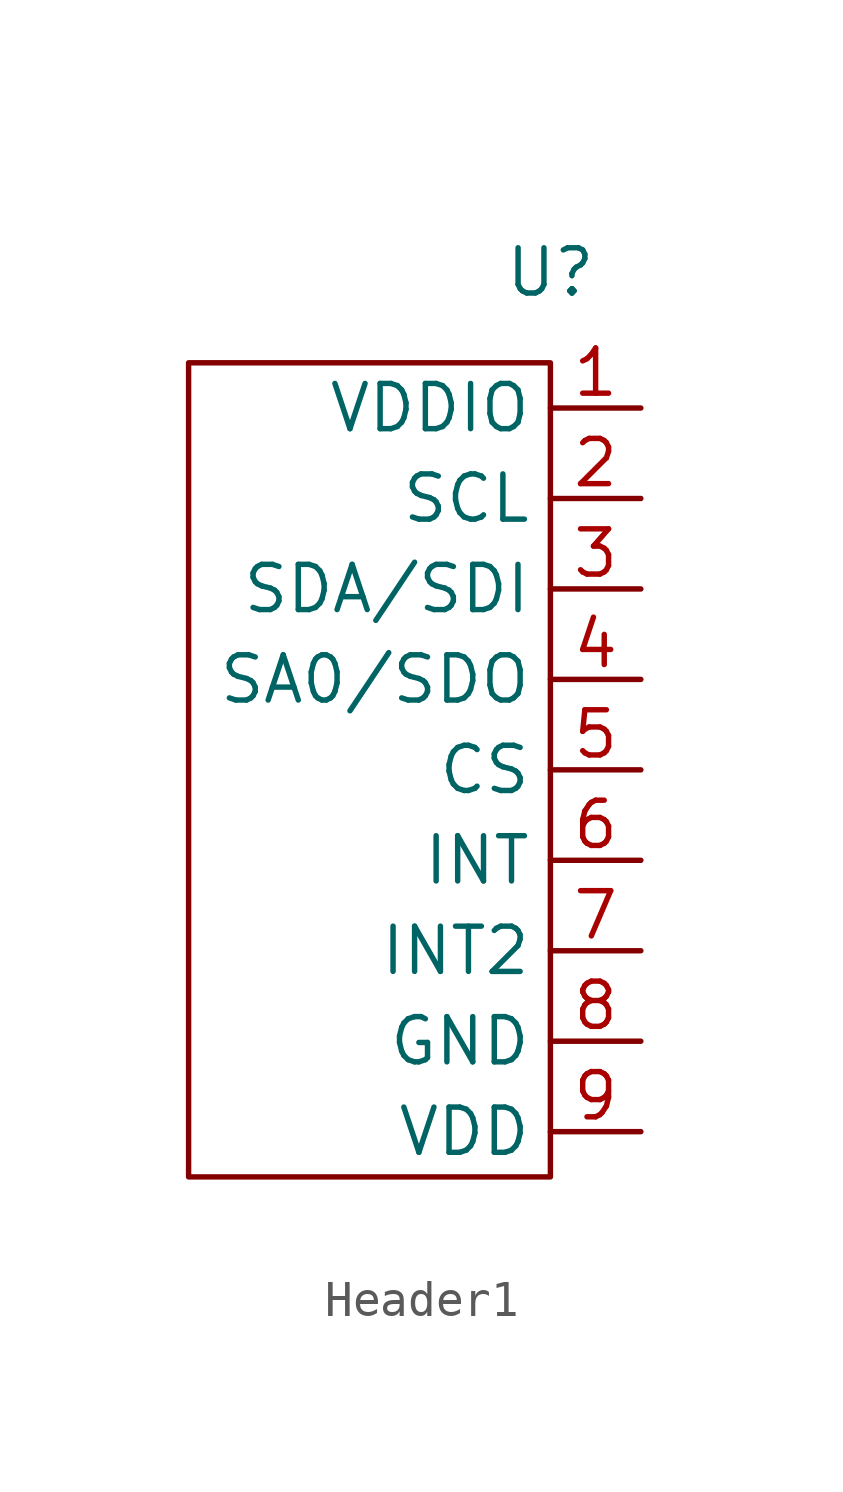
<source format=kicad_sym>
(kicad_symbol_lib
  (version 20220914)
  (generator kicad_symbol_editor)
  (symbol "Header1"
    (property "Reference" "U"
      (at 0 0 0)
      (effects (font (size 1.27 1.27))))
    (property "Value" ""
      (at 0 0 0)
      (effects (font (size 1.27 1.27))))
    (symbol "Header1_0_1"
      (rectangle (start -10.16 -2.54) (end 0 -25.4) (stroke (width 0) (type default)) (fill (type none))))
    (symbol "Header1_1_1"
      (pin input line (at 2.54 -3.81 180) (length 2.54) (name "VDDIO" (effects (font (size 1.27 1.27)))) (number "1" (effects (font (size 1.27 1.27)))))
      (pin input line (at 2.54 -6.35 180) (length 2.54) (name "SCL" (effects (font (size 1.27 1.27)))) (number "2" (effects (font (size 1.27 1.27)))))
      (pin input line (at 2.54 -8.89 180) (length 2.54) (name "SDA/SDI" (effects (font (size 1.27 1.27)))) (number "3" (effects (font (size 1.27 1.27)))))
      (pin input line (at 2.54 -11.43 180) (length 2.54) (name "SA0/SDO" (effects (font (size 1.27 1.27)))) (number "4" (effects (font (size 1.27 1.27)))))
      (pin input line (at 2.54 -13.97 180) (length 2.54) (name "CS" (effects (font (size 1.27 1.27)))) (number "5" (effects (font (size 1.27 1.27)))))
      (pin input line (at 2.54 -16.51 180) (length 2.54) (name "INT" (effects (font (size 1.27 1.27)))) (number "6" (effects (font (size 1.27 1.27)))))
      (pin input line (at 2.54 -19.05 180) (length 2.54) (name "INT2" (effects (font (size 1.27 1.27)))) (number "7" (effects (font (size 1.27 1.27)))))
      (pin input line (at 2.54 -21.59 180) (length 2.54) (name "GND" (effects (font (size 1.27 1.27)))) (number "8" (effects (font (size 1.27 1.27)))))
      (pin input line (at 2.54 -24.13 180) (length 2.54) (name "VDD" (effects (font (size 1.27 1.27)))) (number "9" (effects (font (size 1.27 1.27))))))))
</source>
